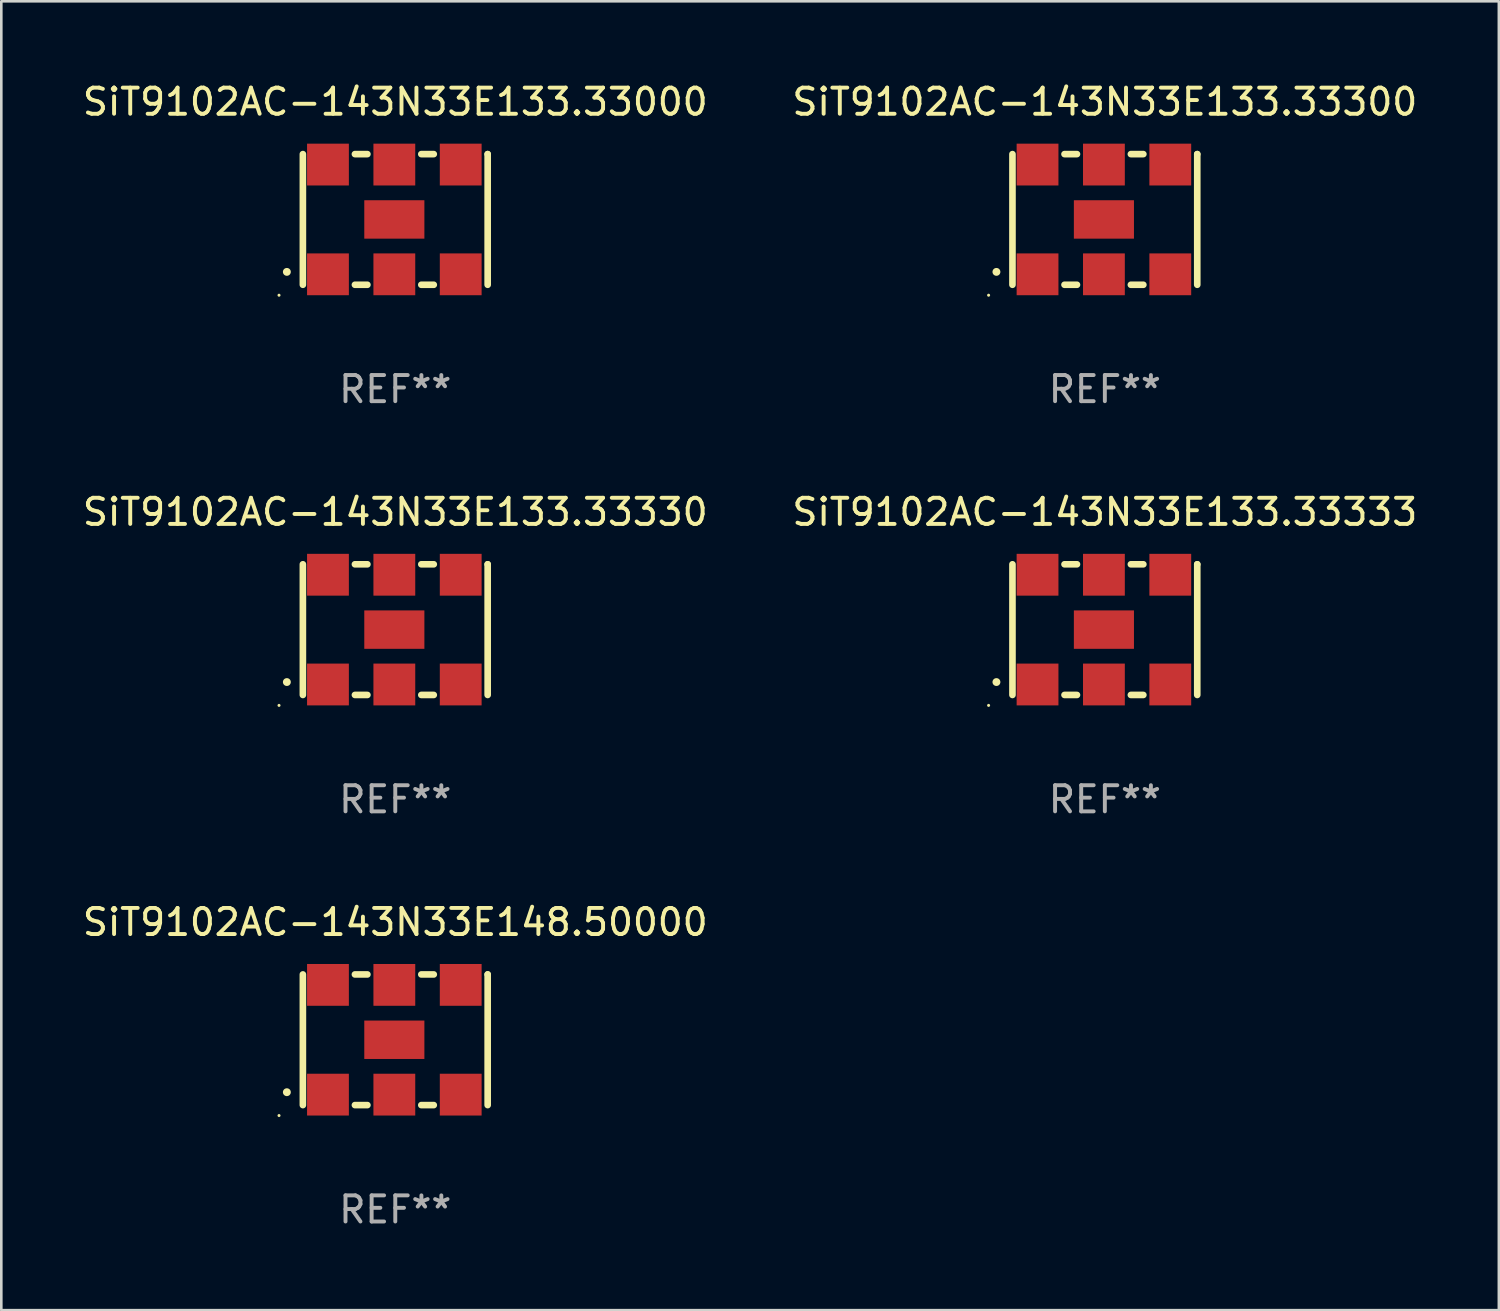
<source format=kicad_pcb>
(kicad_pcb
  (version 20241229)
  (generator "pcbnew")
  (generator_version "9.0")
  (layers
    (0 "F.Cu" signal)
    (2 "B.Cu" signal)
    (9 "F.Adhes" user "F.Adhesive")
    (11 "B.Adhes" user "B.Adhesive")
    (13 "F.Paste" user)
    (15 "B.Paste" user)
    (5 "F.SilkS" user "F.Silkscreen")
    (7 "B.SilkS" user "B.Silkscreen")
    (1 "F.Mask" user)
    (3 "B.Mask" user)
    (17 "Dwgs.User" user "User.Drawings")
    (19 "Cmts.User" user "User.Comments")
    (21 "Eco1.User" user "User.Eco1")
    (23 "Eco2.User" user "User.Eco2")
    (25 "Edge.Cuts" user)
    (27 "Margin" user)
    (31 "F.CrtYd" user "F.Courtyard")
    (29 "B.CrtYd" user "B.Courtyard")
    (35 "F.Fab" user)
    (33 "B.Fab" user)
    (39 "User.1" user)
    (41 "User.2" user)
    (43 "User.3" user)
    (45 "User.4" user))
  (footprint "SiT9102AC-143N33E133.33300"
    (layer "F.Cu")
    (at 39.232 5.348)
    (property "Reference" "SiT9102AC-143N33E133.33300" (at 0 -4.5 0) (layer "F.SilkS") (effects (font (size 1 1) (thickness 0.15))))
    (attr through_hole)
    (fp_line (start -3.536 -2.5) (end -3.536 2.5) (stroke (width 0.254) (type solid)) (layer "F.SilkS"))
    (fp_line (start -1.544 2.5) (end -1.067 2.5) (stroke (width 0.254) (type solid)) (layer "F.SilkS"))
    (fp_line (start -1.067 -2.5) (end -1.544 -2.5) (stroke (width 0.254) (type solid)) (layer "F.SilkS"))
    (fp_line (start 0.996 2.5) (end 1.473 2.5) (stroke (width 0.254) (type solid)) (layer "F.SilkS"))
    (fp_line (start 1.473 -2.5) (end 0.996 -2.5) (stroke (width 0.254) (type solid)) (layer "F.SilkS"))
    (fp_line (start 3.536 -2.5) (end 3.536 -2.5) (stroke (width 0.254) (type solid)) (layer "F.SilkS"))
    (fp_line (start 3.536 2.5) (end 3.536 -2.5) (stroke (width 0.254) (type solid)) (layer "F.SilkS"))
    (fp_arc (start -4.150432 2.006604) (mid -4.149162 2.006599) (end -4.147892 2.006604) (stroke (width 0.3) (type solid)) (layer "F.SilkS"))
    (fp_circle (center -4.449 2.9) (end -4.419 2.9) (stroke (width 0.06) (type solid)) (fill no) (layer "F.SilkS"))
    (fp_text user "REF**" (at 0 6.5 0) (layer "F.Fab") (effects (font (size 1 1) (thickness 0.15))))
    (pad "1" smd rect (at -2.576 2.1) (size 1.6 1.6) (layers "F.Cu" "F.Mask" "F.Paste"))
    (pad "2" smd rect (at -0.036 2.1) (size 1.6 1.6) (layers "F.Cu" "F.Mask" "F.Paste"))
    (pad "3" smd rect (at 2.504 2.1) (size 1.6 1.6) (layers "F.Cu" "F.Mask" "F.Paste"))
    (pad "4" smd rect (at 2.504 -2.1) (size 1.6 1.6) (layers "F.Cu" "F.Mask" "F.Paste"))
    (pad "5" smd rect (at -0.036 -2.1) (size 1.6 1.6) (layers "F.Cu" "F.Mask" "F.Paste"))
    (pad "6" smd rect (at -2.576 -2.1) (size 1.6 1.6) (layers "F.Cu" "F.Mask" "F.Paste"))
    (pad "7" smd rect (at -0.036 0) (size 2.3 1.47) (layers "F.Cu" "F.Mask" "F.Paste")))
  (footprint "SiT9102AC-143N33E148.50000"
    (layer "F.Cu")
    (at 12.077 36.741)
    (property "Reference" "SiT9102AC-143N33E148.50000" (at 0 -4.5 0) (layer "F.SilkS") (effects (font (size 1 1) (thickness 0.15))))
    (attr through_hole)
    (fp_line (start -3.536 -2.5) (end -3.536 2.5) (stroke (width 0.254) (type solid)) (layer "F.SilkS"))
    (fp_line (start -1.544 2.5) (end -1.067 2.5) (stroke (width 0.254) (type solid)) (layer "F.SilkS"))
    (fp_line (start -1.067 -2.5) (end -1.544 -2.5) (stroke (width 0.254) (type solid)) (layer "F.SilkS"))
    (fp_line (start 0.996 2.5) (end 1.473 2.5) (stroke (width 0.254) (type solid)) (layer "F.SilkS"))
    (fp_line (start 1.473 -2.5) (end 0.996 -2.5) (stroke (width 0.254) (type solid)) (layer "F.SilkS"))
    (fp_line (start 3.536 -2.5) (end 3.536 -2.5) (stroke (width 0.254) (type solid)) (layer "F.SilkS"))
    (fp_line (start 3.536 2.5) (end 3.536 -2.5) (stroke (width 0.254) (type solid)) (layer "F.SilkS"))
    (fp_arc (start -4.150432 2.006604) (mid -4.149162 2.006599) (end -4.147892 2.006604) (stroke (width 0.3) (type solid)) (layer "F.SilkS"))
    (fp_circle (center -4.449 2.9) (end -4.419 2.9) (stroke (width 0.06) (type solid)) (fill no) (layer "F.SilkS"))
    (fp_text user "REF**" (at 0 6.5 0) (layer "F.Fab") (effects (font (size 1 1) (thickness 0.15))))
    (pad "1" smd rect (at -2.576 2.1) (size 1.6 1.6) (layers "F.Cu" "F.Mask" "F.Paste"))
    (pad "2" smd rect (at -0.036 2.1) (size 1.6 1.6) (layers "F.Cu" "F.Mask" "F.Paste"))
    (pad "3" smd rect (at 2.504 2.1) (size 1.6 1.6) (layers "F.Cu" "F.Mask" "F.Paste"))
    (pad "4" smd rect (at 2.504 -2.1) (size 1.6 1.6) (layers "F.Cu" "F.Mask" "F.Paste"))
    (pad "5" smd rect (at -0.036 -2.1) (size 1.6 1.6) (layers "F.Cu" "F.Mask" "F.Paste"))
    (pad "6" smd rect (at -2.576 -2.1) (size 1.6 1.6) (layers "F.Cu" "F.Mask" "F.Paste"))
    (pad "7" smd rect (at -0.036 0) (size 2.3 1.47) (layers "F.Cu" "F.Mask" "F.Paste")))
  (footprint "SiT9102AC-143N33E133.33333"
    (layer "F.Cu")
    (at 39.232 21.045)
    (property "Reference" "SiT9102AC-143N33E133.33333" (at 0 -4.5 0) (layer "F.SilkS") (effects (font (size 1 1) (thickness 0.15))))
    (attr through_hole)
    (fp_line (start -3.536 -2.5) (end -3.536 2.5) (stroke (width 0.254) (type solid)) (layer "F.SilkS"))
    (fp_line (start -1.544 2.5) (end -1.067 2.5) (stroke (width 0.254) (type solid)) (layer "F.SilkS"))
    (fp_line (start -1.067 -2.5) (end -1.544 -2.5) (stroke (width 0.254) (type solid)) (layer "F.SilkS"))
    (fp_line (start 0.996 2.5) (end 1.473 2.5) (stroke (width 0.254) (type solid)) (layer "F.SilkS"))
    (fp_line (start 1.473 -2.5) (end 0.996 -2.5) (stroke (width 0.254) (type solid)) (layer "F.SilkS"))
    (fp_line (start 3.536 -2.5) (end 3.536 -2.5) (stroke (width 0.254) (type solid)) (layer "F.SilkS"))
    (fp_line (start 3.536 2.5) (end 3.536 -2.5) (stroke (width 0.254) (type solid)) (layer "F.SilkS"))
    (fp_arc (start -4.150432 2.006604) (mid -4.149162 2.006599) (end -4.147892 2.006604) (stroke (width 0.3) (type solid)) (layer "F.SilkS"))
    (fp_circle (center -4.449 2.9) (end -4.419 2.9) (stroke (width 0.06) (type solid)) (fill no) (layer "F.SilkS"))
    (fp_text user "REF**" (at 0 6.5 0) (layer "F.Fab") (effects (font (size 1 1) (thickness 0.15))))
    (pad "1" smd rect (at -2.576 2.1) (size 1.6 1.6) (layers "F.Cu" "F.Mask" "F.Paste"))
    (pad "2" smd rect (at -0.036 2.1) (size 1.6 1.6) (layers "F.Cu" "F.Mask" "F.Paste"))
    (pad "3" smd rect (at 2.504 2.1) (size 1.6 1.6) (layers "F.Cu" "F.Mask" "F.Paste"))
    (pad "4" smd rect (at 2.504 -2.1) (size 1.6 1.6) (layers "F.Cu" "F.Mask" "F.Paste"))
    (pad "5" smd rect (at -0.036 -2.1) (size 1.6 1.6) (layers "F.Cu" "F.Mask" "F.Paste"))
    (pad "6" smd rect (at -2.576 -2.1) (size 1.6 1.6) (layers "F.Cu" "F.Mask" "F.Paste"))
    (pad "7" smd rect (at -0.036 0) (size 2.3 1.47) (layers "F.Cu" "F.Mask" "F.Paste")))
  (footprint "SiT9102AC-143N33E133.33000"
    (layer "F.Cu")
    (at 12.077 5.348)
    (property "Reference" "SiT9102AC-143N33E133.33000" (at 0 -4.5 0) (layer "F.SilkS") (effects (font (size 1 1) (thickness 0.15))))
    (attr through_hole)
    (fp_line (start -3.536 -2.5) (end -3.536 2.5) (stroke (width 0.254) (type solid)) (layer "F.SilkS"))
    (fp_line (start -1.544 2.5) (end -1.067 2.5) (stroke (width 0.254) (type solid)) (layer "F.SilkS"))
    (fp_line (start -1.067 -2.5) (end -1.544 -2.5) (stroke (width 0.254) (type solid)) (layer "F.SilkS"))
    (fp_line (start 0.996 2.5) (end 1.473 2.5) (stroke (width 0.254) (type solid)) (layer "F.SilkS"))
    (fp_line (start 1.473 -2.5) (end 0.996 -2.5) (stroke (width 0.254) (type solid)) (layer "F.SilkS"))
    (fp_line (start 3.536 -2.5) (end 3.536 -2.5) (stroke (width 0.254) (type solid)) (layer "F.SilkS"))
    (fp_line (start 3.536 2.5) (end 3.536 -2.5) (stroke (width 0.254) (type solid)) (layer "F.SilkS"))
    (fp_arc (start -4.150432 2.006604) (mid -4.149162 2.006599) (end -4.147892 2.006604) (stroke (width 0.3) (type solid)) (layer "F.SilkS"))
    (fp_circle (center -4.449 2.9) (end -4.419 2.9) (stroke (width 0.06) (type solid)) (fill no) (layer "F.SilkS"))
    (fp_text user "REF**" (at 0 6.5 0) (layer "F.Fab") (effects (font (size 1 1) (thickness 0.15))))
    (pad "1" smd rect (at -2.576 2.1) (size 1.6 1.6) (layers "F.Cu" "F.Mask" "F.Paste"))
    (pad "2" smd rect (at -0.036 2.1) (size 1.6 1.6) (layers "F.Cu" "F.Mask" "F.Paste"))
    (pad "3" smd rect (at 2.504 2.1) (size 1.6 1.6) (layers "F.Cu" "F.Mask" "F.Paste"))
    (pad "4" smd rect (at 2.504 -2.1) (size 1.6 1.6) (layers "F.Cu" "F.Mask" "F.Paste"))
    (pad "5" smd rect (at -0.036 -2.1) (size 1.6 1.6) (layers "F.Cu" "F.Mask" "F.Paste"))
    (pad "6" smd rect (at -2.576 -2.1) (size 1.6 1.6) (layers "F.Cu" "F.Mask" "F.Paste"))
    (pad "7" smd rect (at -0.036 0) (size 2.3 1.47) (layers "F.Cu" "F.Mask" "F.Paste")))
  (footprint "SiT9102AC-143N33E133.33330"
    (layer "F.Cu")
    (at 12.077 21.045)
    (property "Reference" "SiT9102AC-143N33E133.33330" (at 0 -4.5 0) (layer "F.SilkS") (effects (font (size 1 1) (thickness 0.15))))
    (attr through_hole)
    (fp_line (start -3.536 -2.5) (end -3.536 2.5) (stroke (width 0.254) (type solid)) (layer "F.SilkS"))
    (fp_line (start -1.544 2.5) (end -1.067 2.5) (stroke (width 0.254) (type solid)) (layer "F.SilkS"))
    (fp_line (start -1.067 -2.5) (end -1.544 -2.5) (stroke (width 0.254) (type solid)) (layer "F.SilkS"))
    (fp_line (start 0.996 2.5) (end 1.473 2.5) (stroke (width 0.254) (type solid)) (layer "F.SilkS"))
    (fp_line (start 1.473 -2.5) (end 0.996 -2.5) (stroke (width 0.254) (type solid)) (layer "F.SilkS"))
    (fp_line (start 3.536 -2.5) (end 3.536 -2.5) (stroke (width 0.254) (type solid)) (layer "F.SilkS"))
    (fp_line (start 3.536 2.5) (end 3.536 -2.5) (stroke (width 0.254) (type solid)) (layer "F.SilkS"))
    (fp_arc (start -4.150432 2.006604) (mid -4.149162 2.006599) (end -4.147892 2.006604) (stroke (width 0.3) (type solid)) (layer "F.SilkS"))
    (fp_circle (center -4.449 2.9) (end -4.419 2.9) (stroke (width 0.06) (type solid)) (fill no) (layer "F.SilkS"))
    (fp_text user "REF**" (at 0 6.5 0) (layer "F.Fab") (effects (font (size 1 1) (thickness 0.15))))
    (pad "1" smd rect (at -2.576 2.1) (size 1.6 1.6) (layers "F.Cu" "F.Mask" "F.Paste"))
    (pad "2" smd rect (at -0.036 2.1) (size 1.6 1.6) (layers "F.Cu" "F.Mask" "F.Paste"))
    (pad "3" smd rect (at 2.504 2.1) (size 1.6 1.6) (layers "F.Cu" "F.Mask" "F.Paste"))
    (pad "4" smd rect (at 2.504 -2.1) (size 1.6 1.6) (layers "F.Cu" "F.Mask" "F.Paste"))
    (pad "5" smd rect (at -0.036 -2.1) (size 1.6 1.6) (layers "F.Cu" "F.Mask" "F.Paste"))
    (pad "6" smd rect (at -2.576 -2.1) (size 1.6 1.6) (layers "F.Cu" "F.Mask" "F.Paste"))
    (pad "7" smd rect (at -0.036 0) (size 2.3 1.47) (layers "F.Cu" "F.Mask" "F.Paste")))
  (gr_rect
    (start -3 -3)
    (end 54.31 47.09)
    (stroke (width 0.1) (type default))
    (fill no)
    (layer "Edge.Cuts")))
</source>
